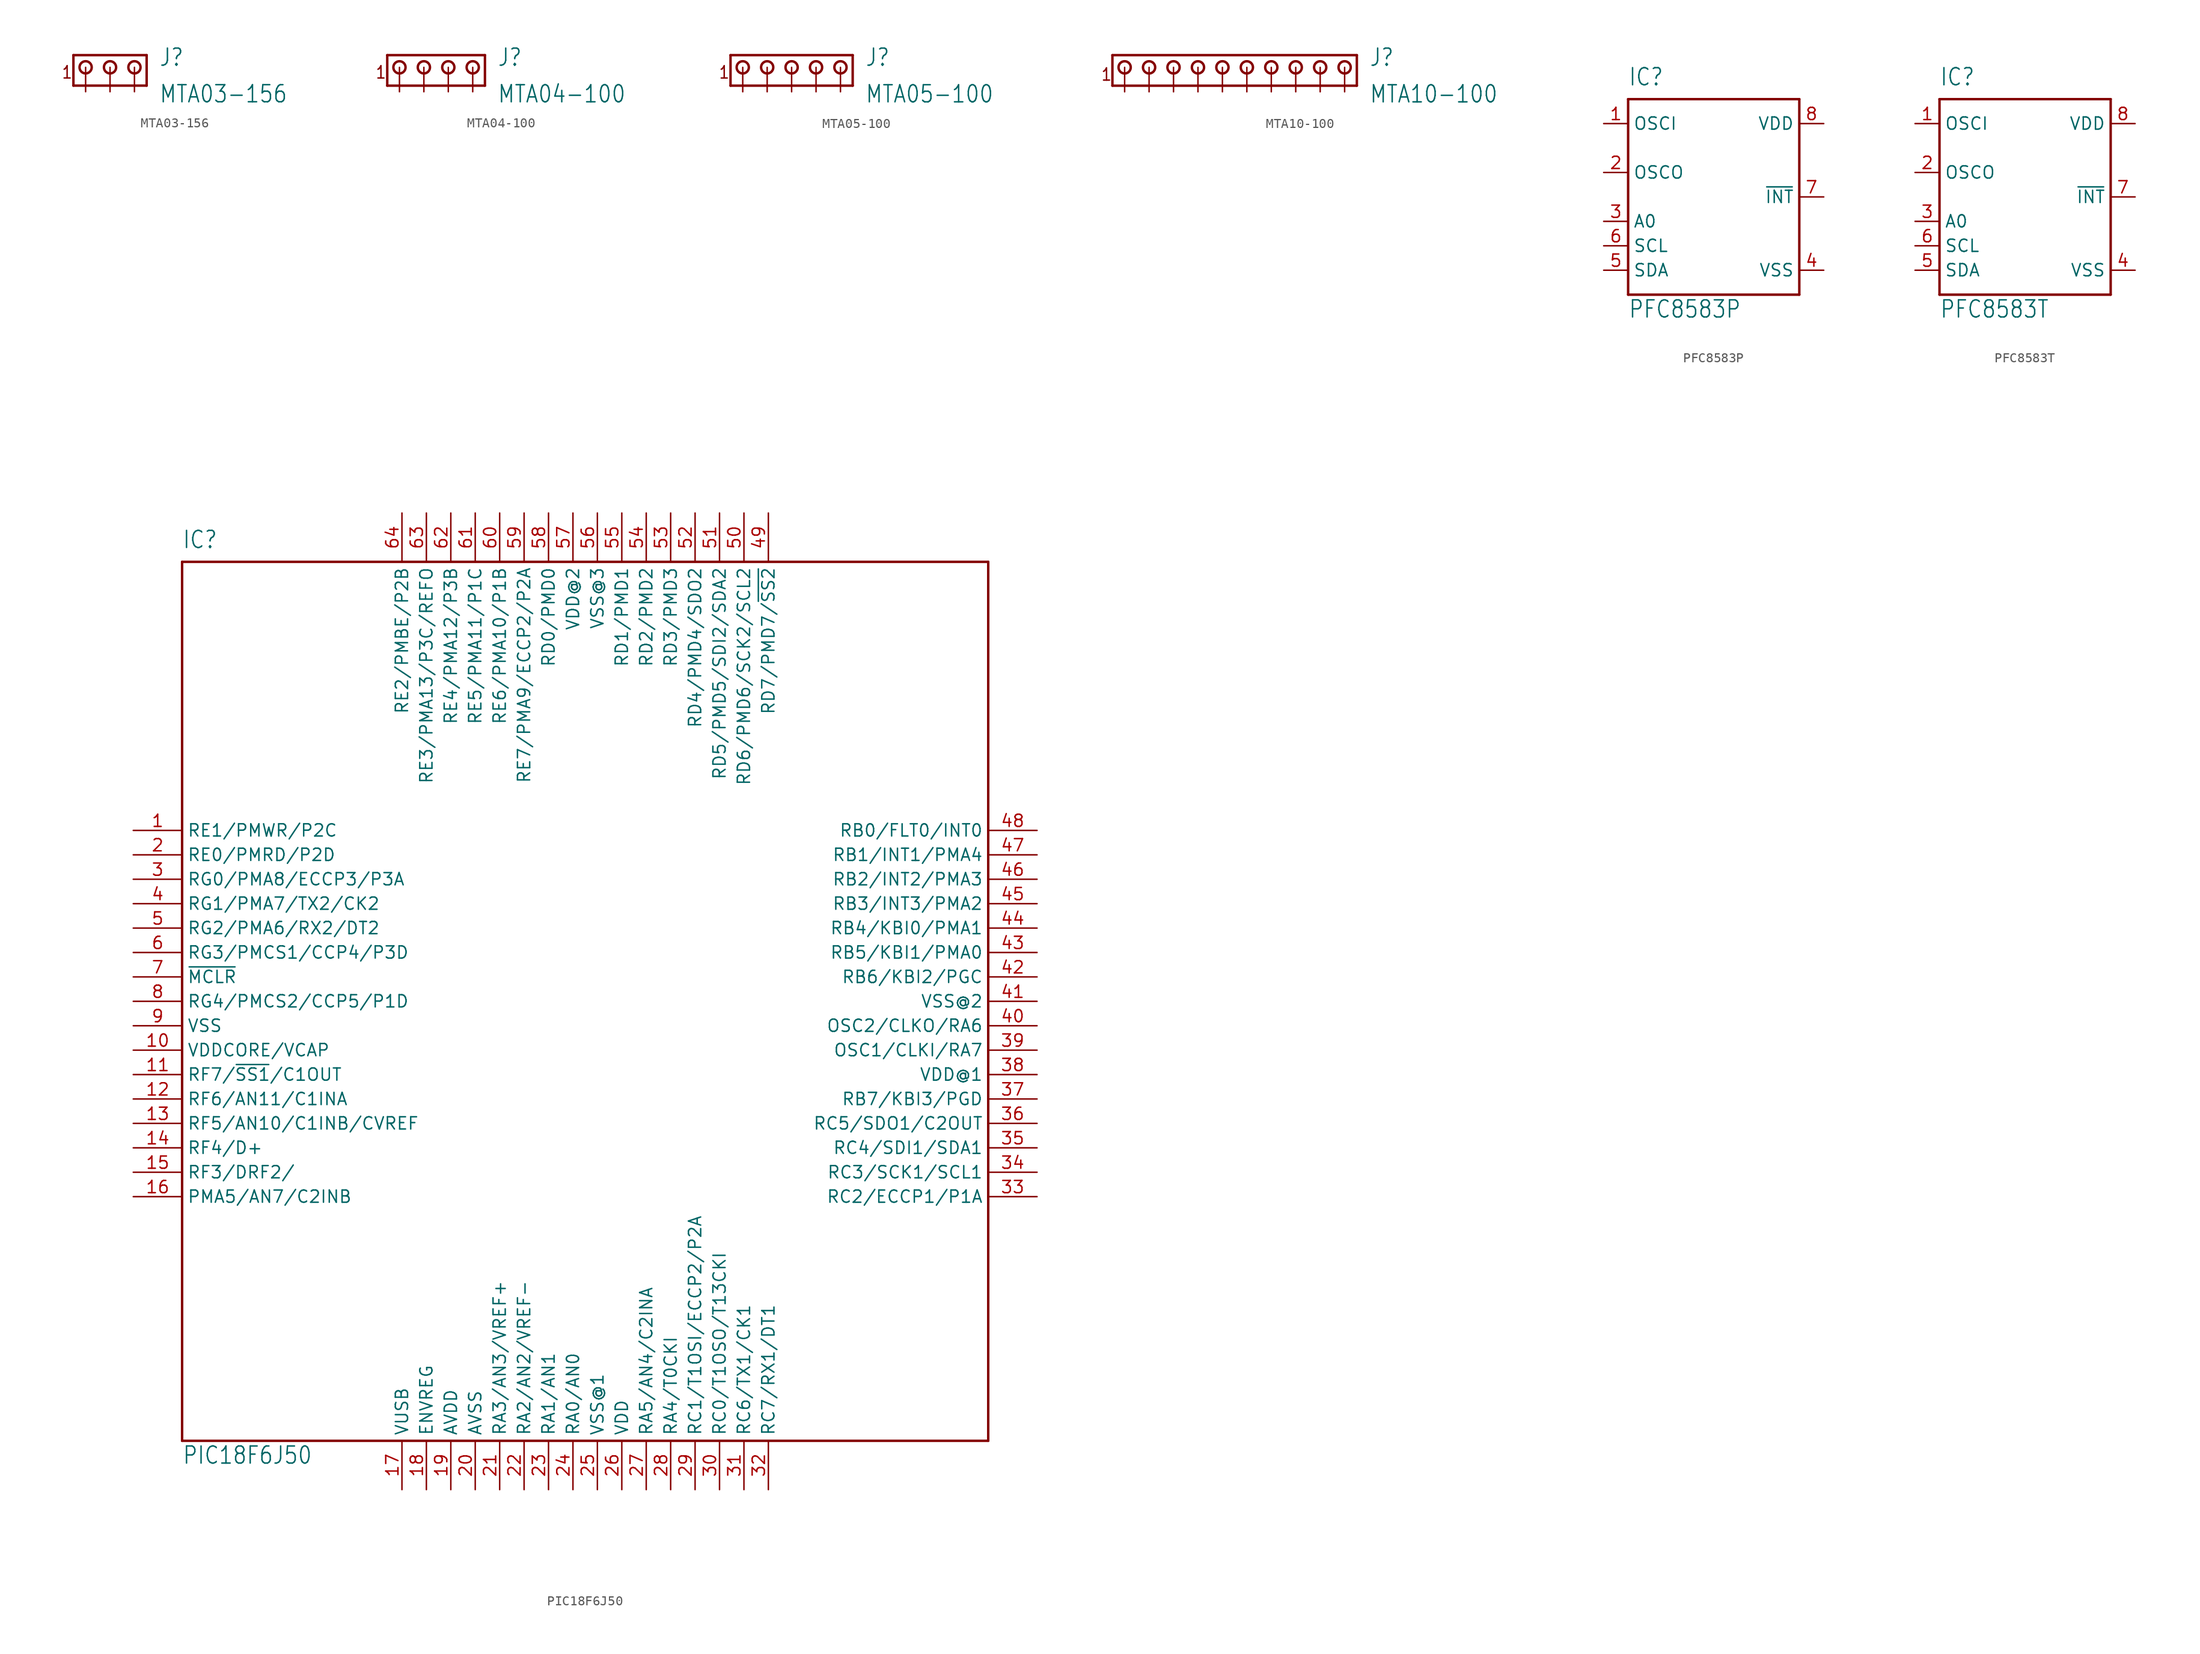
<source format=kicad_sym>
(kicad_symbol_lib
  (version 20211014)
  (generator kicad_symbol_editor)
  (symbol "MTA03-156"
    (property "Reference" "J"
      (at 7.62 0 0)
      (effects (font (size 1.778 1.511)) (justify left bottom)))
    (property "Value" "MTA03-156"
      (at 7.62 -3.81 0)
      (effects (font (size 1.778 1.511)) (justify left bottom)))
    (property "ki_locked" ""
      (at 0 0 0)
      (effects (font (size 1.27 1.27))))
    (symbol "MTA03-156_1_0"
      (polyline (pts (xy -1.27 1.27) (xy -1.27 -1.905)) (stroke (width 0.254) (type default) (color 0 0 0 0)) (fill (type none)))
      (polyline (pts (xy -1.27 1.27) (xy 6.35 1.27)) (stroke (width 0.254) (type default) (color 0 0 0 0)) (fill (type none)))
      (polyline (pts (xy 6.35 -1.905) (xy -1.27 -1.905)) (stroke (width 0.254) (type default) (color 0 0 0 0)) (fill (type none)))
      (polyline (pts (xy 6.35 1.27) (xy 6.35 -1.905)) (stroke (width 0.254) (type default) (color 0 0 0 0)) (fill (type none)))
      (circle (center 0 0) (radius 0.635) (stroke (width 0.254) (type default) (color 0 0 0 0)) (fill (type none)))
      (circle (center 2.54 0) (radius 0.635) (stroke (width 0.254) (type default) (color 0 0 0 0)) (fill (type none)))
      (circle (center 5.08 0) (radius 0.635) (stroke (width 0.254) (type default) (color 0 0 0 0)) (fill (type none)))
      (text "1" (at -2.54 -1.27 0) (effects (font (size 1.27 1.079)) (justify left bottom)))
      (pin passive line (at 0 -2.54 90) (length 2.54) (name "1" (effects (font (size 0 0)))) (number "1" (effects (font (size 0 0)))))
      (pin passive line (at 2.54 -2.54 90) (length 2.54) (name "2" (effects (font (size 0 0)))) (number "2" (effects (font (size 0 0)))))
      (pin passive line (at 5.08 -2.54 90) (length 2.54) (name "3" (effects (font (size 0 0)))) (number "3" (effects (font (size 0 0)))))))
  (symbol "MTA04-100"
    (property "Reference" "J"
      (at 7.62 0 0)
      (effects (font (size 1.778 1.511)) (justify left bottom)))
    (property "Value" "MTA04-100"
      (at 7.62 -3.81 0)
      (effects (font (size 1.778 1.511)) (justify left bottom)))
    (property "ki_locked" ""
      (at 0 0 0)
      (effects (font (size 1.27 1.27))))
    (symbol "MTA04-100_1_0"
      (circle (center -2.54 0) (radius 0.635) (stroke (width 0.254) (type default) (color 0 0 0 0)) (fill (type none)))
      (polyline (pts (xy -3.81 1.27) (xy -3.81 -1.905)) (stroke (width 0.254) (type default) (color 0 0 0 0)) (fill (type none)))
      (polyline (pts (xy -3.81 1.27) (xy 6.35 1.27)) (stroke (width 0.254) (type default) (color 0 0 0 0)) (fill (type none)))
      (polyline (pts (xy 6.35 -1.905) (xy -3.81 -1.905)) (stroke (width 0.254) (type default) (color 0 0 0 0)) (fill (type none)))
      (polyline (pts (xy 6.35 -1.905) (xy 6.35 1.27)) (stroke (width 0.254) (type default) (color 0 0 0 0)) (fill (type none)))
      (circle (center 0 0) (radius 0.635) (stroke (width 0.254) (type default) (color 0 0 0 0)) (fill (type none)))
      (circle (center 2.54 0) (radius 0.635) (stroke (width 0.254) (type default) (color 0 0 0 0)) (fill (type none)))
      (circle (center 5.08 0) (radius 0.635) (stroke (width 0.254) (type default) (color 0 0 0 0)) (fill (type none)))
      (text "1" (at -5.08 -1.27 0) (effects (font (size 1.27 1.079)) (justify left bottom)))
      (pin passive line (at -2.54 -2.54 90) (length 2.54) (name "1" (effects (font (size 0 0)))) (number "1" (effects (font (size 0 0)))))
      (pin passive line (at 0 -2.54 90) (length 2.54) (name "2" (effects (font (size 0 0)))) (number "2" (effects (font (size 0 0)))))
      (pin passive line (at 2.54 -2.54 90) (length 2.54) (name "3" (effects (font (size 0 0)))) (number "3" (effects (font (size 0 0)))))
      (pin passive line (at 5.08 -2.54 90) (length 2.54) (name "4" (effects (font (size 0 0)))) (number "4" (effects (font (size 0 0)))))))
  (symbol "MTA05-100"
    (property "Reference" "J"
      (at 7.62 0 0)
      (effects (font (size 1.778 1.511)) (justify left bottom)))
    (property "Value" "MTA05-100"
      (at 7.62 -3.81 0)
      (effects (font (size 1.778 1.511)) (justify left bottom)))
    (property "ki_locked" ""
      (at 0 0 0)
      (effects (font (size 1.27 1.27))))
    (symbol "MTA05-100_1_0"
      (circle (center -5.08 0) (radius 0.635) (stroke (width 0.254) (type default) (color 0 0 0 0)) (fill (type none)))
      (circle (center -2.54 0) (radius 0.635) (stroke (width 0.254) (type default) (color 0 0 0 0)) (fill (type none)))
      (polyline (pts (xy -6.35 1.27) (xy -6.35 -1.905)) (stroke (width 0.254) (type default) (color 0 0 0 0)) (fill (type none)))
      (polyline (pts (xy -6.35 1.27) (xy 6.35 1.27)) (stroke (width 0.254) (type default) (color 0 0 0 0)) (fill (type none)))
      (polyline (pts (xy 6.35 -1.905) (xy -6.35 -1.905)) (stroke (width 0.254) (type default) (color 0 0 0 0)) (fill (type none)))
      (polyline (pts (xy 6.35 -1.905) (xy 6.35 1.27)) (stroke (width 0.254) (type default) (color 0 0 0 0)) (fill (type none)))
      (circle (center 0 0) (radius 0.635) (stroke (width 0.254) (type default) (color 0 0 0 0)) (fill (type none)))
      (circle (center 2.54 0) (radius 0.635) (stroke (width 0.254) (type default) (color 0 0 0 0)) (fill (type none)))
      (circle (center 5.08 0) (radius 0.635) (stroke (width 0.254) (type default) (color 0 0 0 0)) (fill (type none)))
      (text "1" (at -7.62 -1.27 0) (effects (font (size 1.27 1.079)) (justify left bottom)))
      (pin passive line (at -5.08 -2.54 90) (length 2.54) (name "1" (effects (font (size 0 0)))) (number "1" (effects (font (size 0 0)))))
      (pin passive line (at -2.54 -2.54 90) (length 2.54) (name "2" (effects (font (size 0 0)))) (number "2" (effects (font (size 0 0)))))
      (pin passive line (at 0 -2.54 90) (length 2.54) (name "3" (effects (font (size 0 0)))) (number "3" (effects (font (size 0 0)))))
      (pin passive line (at 2.54 -2.54 90) (length 2.54) (name "4" (effects (font (size 0 0)))) (number "4" (effects (font (size 0 0)))))
      (pin passive line (at 5.08 -2.54 90) (length 2.54) (name "5" (effects (font (size 0 0)))) (number "5" (effects (font (size 0 0)))))))
  (symbol "MTA10-100"
    (property "Reference" "J"
      (at 15.24 0 0)
      (effects (font (size 1.778 1.511)) (justify left bottom)))
    (property "Value" "MTA10-100"
      (at 15.24 -3.81 0)
      (effects (font (size 1.778 1.511)) (justify left bottom)))
    (property "ki_locked" ""
      (at 0 0 0)
      (effects (font (size 1.27 1.27))))
    (symbol "MTA10-100_1_0"
      (circle (center -10.16 0) (radius 0.635) (stroke (width 0.254) (type default) (color 0 0 0 0)) (fill (type none)))
      (circle (center -7.62 0) (radius 0.635) (stroke (width 0.254) (type default) (color 0 0 0 0)) (fill (type none)))
      (circle (center -5.08 0) (radius 0.635) (stroke (width 0.254) (type default) (color 0 0 0 0)) (fill (type none)))
      (circle (center -2.54 0) (radius 0.635) (stroke (width 0.254) (type default) (color 0 0 0 0)) (fill (type none)))
      (polyline (pts (xy -11.43 1.27) (xy -11.43 -1.905)) (stroke (width 0.254) (type default) (color 0 0 0 0)) (fill (type none)))
      (polyline (pts (xy -11.43 1.27) (xy 13.97 1.27)) (stroke (width 0.254) (type default) (color 0 0 0 0)) (fill (type none)))
      (polyline (pts (xy 13.97 -1.905) (xy -11.43 -1.905)) (stroke (width 0.254) (type default) (color 0 0 0 0)) (fill (type none)))
      (polyline (pts (xy 13.97 -1.905) (xy 13.97 1.27)) (stroke (width 0.254) (type default) (color 0 0 0 0)) (fill (type none)))
      (circle (center 0 0) (radius 0.635) (stroke (width 0.254) (type default) (color 0 0 0 0)) (fill (type none)))
      (circle (center 2.54 0) (radius 0.635) (stroke (width 0.254) (type default) (color 0 0 0 0)) (fill (type none)))
      (circle (center 5.08 0) (radius 0.635) (stroke (width 0.254) (type default) (color 0 0 0 0)) (fill (type none)))
      (circle (center 7.62 0) (radius 0.635) (stroke (width 0.254) (type default) (color 0 0 0 0)) (fill (type none)))
      (circle (center 10.16 0) (radius 0.635) (stroke (width 0.254) (type default) (color 0 0 0 0)) (fill (type none)))
      (circle (center 12.7 0) (radius 0.635) (stroke (width 0.254) (type default) (color 0 0 0 0)) (fill (type none)))
      (text "1" (at -11.43 0 0) (effects (font (size 1.27 1.079)) (justify right top)))
      (pin passive line (at -10.16 -2.54 90) (length 2.54) (name "1" (effects (font (size 0 0)))) (number "1" (effects (font (size 0 0)))))
      (pin passive line (at 12.7 -2.54 90) (length 2.54) (name "10" (effects (font (size 0 0)))) (number "10" (effects (font (size 0 0)))))
      (pin passive line (at -7.62 -2.54 90) (length 2.54) (name "2" (effects (font (size 0 0)))) (number "2" (effects (font (size 0 0)))))
      (pin passive line (at -5.08 -2.54 90) (length 2.54) (name "3" (effects (font (size 0 0)))) (number "3" (effects (font (size 0 0)))))
      (pin passive line (at -2.54 -2.54 90) (length 2.54) (name "4" (effects (font (size 0 0)))) (number "4" (effects (font (size 0 0)))))
      (pin passive line (at 0 -2.54 90) (length 2.54) (name "5" (effects (font (size 0 0)))) (number "5" (effects (font (size 0 0)))))
      (pin passive line (at 2.54 -2.54 90) (length 2.54) (name "6" (effects (font (size 0 0)))) (number "6" (effects (font (size 0 0)))))
      (pin passive line (at 5.08 -2.54 90) (length 2.54) (name "7" (effects (font (size 0 0)))) (number "7" (effects (font (size 0 0)))))
      (pin passive line (at 7.62 -2.54 90) (length 2.54) (name "8" (effects (font (size 0 0)))) (number "8" (effects (font (size 0 0)))))
      (pin passive line (at 10.16 -2.54 90) (length 2.54) (name "9" (effects (font (size 0 0)))) (number "9" (effects (font (size 0 0)))))))
  (symbol "PFC8583P"
    (property "Reference" "IC"
      (at -7.62 11.43 0)
      (effects (font (size 1.778 1.511)) (justify left bottom)))
    (property "Value" "PFC8583P"
      (at -7.62 -12.7 0)
      (effects (font (size 1.778 1.511)) (justify left bottom)))
    (property "ki_locked" ""
      (at 0 0 0)
      (effects (font (size 1.27 1.27))))
    (symbol "PFC8583P_1_0"
      (polyline (pts (xy -7.62 -10.16) (xy -7.62 10.16)) (stroke (width 0.254) (type default) (color 0 0 0 0)) (fill (type none)))
      (polyline (pts (xy -7.62 10.16) (xy 10.16 10.16)) (stroke (width 0.254) (type default) (color 0 0 0 0)) (fill (type none)))
      (polyline (pts (xy 10.16 -10.16) (xy -7.62 -10.16)) (stroke (width 0.254) (type default) (color 0 0 0 0)) (fill (type none)))
      (polyline (pts (xy 10.16 10.16) (xy 10.16 -10.16)) (stroke (width 0.254) (type default) (color 0 0 0 0)) (fill (type none)))
      (pin input line (at -10.16 7.62 0) (length 2.54) (name "OSCI" (effects (font (size 1.27 1.27)))) (number "1" (effects (font (size 1.27 1.27)))))
      (pin output line (at -10.16 2.54 0) (length 2.54) (name "OSCO" (effects (font (size 1.27 1.27)))) (number "2" (effects (font (size 1.27 1.27)))))
      (pin input line (at -10.16 -2.54 0) (length 2.54) (name "A0" (effects (font (size 1.27 1.27)))) (number "3" (effects (font (size 1.27 1.27)))))
      (pin power_in line (at 12.7 -7.62 180) (length 2.54) (name "VSS" (effects (font (size 1.27 1.27)))) (number "4" (effects (font (size 1.27 1.27)))))
      (pin bidirectional line (at -10.16 -7.62 0) (length 2.54) (name "SDA" (effects (font (size 1.27 1.27)))) (number "5" (effects (font (size 1.27 1.27)))))
      (pin input line (at -10.16 -5.08 0) (length 2.54) (name "SCL" (effects (font (size 1.27 1.27)))) (number "6" (effects (font (size 1.27 1.27)))))
      (pin output line (at 12.7 0 180) (length 2.54) (name "~{INT}" (effects (font (size 1.27 1.27)))) (number "7" (effects (font (size 1.27 1.27)))))
      (pin power_in line (at 12.7 7.62 180) (length 2.54) (name "VDD" (effects (font (size 1.27 1.27)))) (number "8" (effects (font (size 1.27 1.27)))))))
  (symbol "PFC8583T"
    (property "Reference" "IC"
      (at -7.62 11.43 0)
      (effects (font (size 1.778 1.511)) (justify left bottom)))
    (property "Value" "PFC8583T"
      (at -7.62 -12.7 0)
      (effects (font (size 1.778 1.511)) (justify left bottom)))
    (property "ki_locked" ""
      (at 0 0 0)
      (effects (font (size 1.27 1.27))))
    (symbol "PFC8583T_1_0"
      (polyline (pts (xy -7.62 -10.16) (xy -7.62 10.16)) (stroke (width 0.254) (type default) (color 0 0 0 0)) (fill (type none)))
      (polyline (pts (xy -7.62 10.16) (xy 10.16 10.16)) (stroke (width 0.254) (type default) (color 0 0 0 0)) (fill (type none)))
      (polyline (pts (xy 10.16 -10.16) (xy -7.62 -10.16)) (stroke (width 0.254) (type default) (color 0 0 0 0)) (fill (type none)))
      (polyline (pts (xy 10.16 10.16) (xy 10.16 -10.16)) (stroke (width 0.254) (type default) (color 0 0 0 0)) (fill (type none)))
      (pin input line (at -10.16 7.62 0) (length 2.54) (name "OSCI" (effects (font (size 1.27 1.27)))) (number "1" (effects (font (size 1.27 1.27)))))
      (pin output line (at -10.16 2.54 0) (length 2.54) (name "OSCO" (effects (font (size 1.27 1.27)))) (number "2" (effects (font (size 1.27 1.27)))))
      (pin input line (at -10.16 -2.54 0) (length 2.54) (name "A0" (effects (font (size 1.27 1.27)))) (number "3" (effects (font (size 1.27 1.27)))))
      (pin power_in line (at 12.7 -7.62 180) (length 2.54) (name "VSS" (effects (font (size 1.27 1.27)))) (number "4" (effects (font (size 1.27 1.27)))))
      (pin bidirectional line (at -10.16 -7.62 0) (length 2.54) (name "SDA" (effects (font (size 1.27 1.27)))) (number "5" (effects (font (size 1.27 1.27)))))
      (pin input line (at -10.16 -5.08 0) (length 2.54) (name "SCL" (effects (font (size 1.27 1.27)))) (number "6" (effects (font (size 1.27 1.27)))))
      (pin output line (at 12.7 0 180) (length 2.54) (name "~{INT}" (effects (font (size 1.27 1.27)))) (number "7" (effects (font (size 1.27 1.27)))))
      (pin power_in line (at 12.7 7.62 180) (length 2.54) (name "VDD" (effects (font (size 1.27 1.27)))) (number "8" (effects (font (size 1.27 1.27)))))))
  (symbol "PIC18F6J50"
    (property "Reference" "IC"
      (at -43.18 46.99 0)
      (effects (font (size 1.778 1.511)) (justify left bottom)))
    (property "Value" "PIC18F6J50"
      (at -43.18 -48.26 0)
      (effects (font (size 1.778 1.511)) (justify left bottom)))
    (property "ki_locked" ""
      (at 0 0 0)
      (effects (font (size 1.27 1.27))))
    (symbol "PIC18F6J50_1_0"
      (polyline (pts (xy -43.18 -45.72) (xy 40.64 -45.72)) (stroke (width 0.254) (type default) (color 0 0 0 0)) (fill (type none)))
      (polyline (pts (xy -43.18 45.72) (xy -43.18 -45.72)) (stroke (width 0.254) (type default) (color 0 0 0 0)) (fill (type none)))
      (polyline (pts (xy 40.64 -45.72) (xy 40.64 45.72)) (stroke (width 0.254) (type default) (color 0 0 0 0)) (fill (type none)))
      (polyline (pts (xy 40.64 45.72) (xy -43.18 45.72)) (stroke (width 0.254) (type default) (color 0 0 0 0)) (fill (type none)))
      (pin bidirectional line (at -48.26 17.78 0) (length 5.08) (name "RE1/PMWR/P2C" (effects (font (size 1.27 1.27)))) (number "1" (effects (font (size 1.27 1.27)))))
      (pin bidirectional line (at -48.26 -5.08 0) (length 5.08) (name "VDDCORE/VCAP" (effects (font (size 1.27 1.27)))) (number "10" (effects (font (size 1.27 1.27)))))
      (pin bidirectional line (at -48.26 -7.62 0) (length 5.08) (name "RF7/~{SS1}/C1OUT" (effects (font (size 1.27 1.27)))) (number "11" (effects (font (size 1.27 1.27)))))
      (pin bidirectional line (at -48.26 -10.16 0) (length 5.08) (name "RF6/AN11/C1INA" (effects (font (size 1.27 1.27)))) (number "12" (effects (font (size 1.27 1.27)))))
      (pin bidirectional line (at -48.26 -12.7 0) (length 5.08) (name "RF5/AN10/C1INB/CVREF" (effects (font (size 1.27 1.27)))) (number "13" (effects (font (size 1.27 1.27)))))
      (pin bidirectional line (at -48.26 -15.24 0) (length 5.08) (name "RF4/D+" (effects (font (size 1.27 1.27)))) (number "14" (effects (font (size 1.27 1.27)))))
      (pin bidirectional line (at -48.26 -17.78 0) (length 5.08) (name "RF3/DRF2/" (effects (font (size 1.27 1.27)))) (number "15" (effects (font (size 1.27 1.27)))))
      (pin bidirectional line (at -48.26 -20.32 0) (length 5.08) (name "PMA5/AN7/C2INB" (effects (font (size 1.27 1.27)))) (number "16" (effects (font (size 1.27 1.27)))))
      (pin bidirectional line (at -20.32 -50.8 90) (length 5.08) (name "VUSB" (effects (font (size 1.27 1.27)))) (number "17" (effects (font (size 1.27 1.27)))))
      (pin input line (at -17.78 -50.8 90) (length 5.08) (name "ENVREG" (effects (font (size 1.27 1.27)))) (number "18" (effects (font (size 1.27 1.27)))))
      (pin bidirectional line (at -15.24 -50.8 90) (length 5.08) (name "AVDD" (effects (font (size 1.27 1.27)))) (number "19" (effects (font (size 1.27 1.27)))))
      (pin bidirectional line (at -48.26 15.24 0) (length 5.08) (name "RE0/PMRD/P2D" (effects (font (size 1.27 1.27)))) (number "2" (effects (font (size 1.27 1.27)))))
      (pin bidirectional line (at -12.7 -50.8 90) (length 5.08) (name "AVSS" (effects (font (size 1.27 1.27)))) (number "20" (effects (font (size 1.27 1.27)))))
      (pin bidirectional line (at -10.16 -50.8 90) (length 5.08) (name "RA3/AN3/VREF+" (effects (font (size 1.27 1.27)))) (number "21" (effects (font (size 1.27 1.27)))))
      (pin bidirectional line (at -7.62 -50.8 90) (length 5.08) (name "RA2/AN2/VREF-" (effects (font (size 1.27 1.27)))) (number "22" (effects (font (size 1.27 1.27)))))
      (pin bidirectional line (at -5.08 -50.8 90) (length 5.08) (name "RA1/AN1" (effects (font (size 1.27 1.27)))) (number "23" (effects (font (size 1.27 1.27)))))
      (pin bidirectional line (at -2.54 -50.8 90) (length 5.08) (name "RA0/AN0" (effects (font (size 1.27 1.27)))) (number "24" (effects (font (size 1.27 1.27)))))
      (pin power_in line (at 0 -50.8 90) (length 5.08) (name "VSS@1" (effects (font (size 1.27 1.27)))) (number "25" (effects (font (size 1.27 1.27)))))
      (pin power_in line (at 2.54 -50.8 90) (length 5.08) (name "VDD" (effects (font (size 1.27 1.27)))) (number "26" (effects (font (size 1.27 1.27)))))
      (pin bidirectional line (at 5.08 -50.8 90) (length 5.08) (name "RA5/AN4/C2INA" (effects (font (size 1.27 1.27)))) (number "27" (effects (font (size 1.27 1.27)))))
      (pin bidirectional line (at 7.62 -50.8 90) (length 5.08) (name "RA4/T0CKI" (effects (font (size 1.27 1.27)))) (number "28" (effects (font (size 1.27 1.27)))))
      (pin bidirectional line (at 10.16 -50.8 90) (length 5.08) (name "RC1/T1OSI/ECCP2/P2A" (effects (font (size 1.27 1.27)))) (number "29" (effects (font (size 1.27 1.27)))))
      (pin bidirectional line (at -48.26 12.7 0) (length 5.08) (name "RG0/PMA8/ECCP3/P3A" (effects (font (size 1.27 1.27)))) (number "3" (effects (font (size 1.27 1.27)))))
      (pin bidirectional line (at 12.7 -50.8 90) (length 5.08) (name "RC0/T1OSO/T13CKI" (effects (font (size 1.27 1.27)))) (number "30" (effects (font (size 1.27 1.27)))))
      (pin bidirectional line (at 15.24 -50.8 90) (length 5.08) (name "RC6/TX1/CK1" (effects (font (size 1.27 1.27)))) (number "31" (effects (font (size 1.27 1.27)))))
      (pin bidirectional line (at 17.78 -50.8 90) (length 5.08) (name "RC7/RX1/DT1" (effects (font (size 1.27 1.27)))) (number "32" (effects (font (size 1.27 1.27)))))
      (pin bidirectional line (at 45.72 -20.32 180) (length 5.08) (name "RC2/ECCP1/P1A" (effects (font (size 1.27 1.27)))) (number "33" (effects (font (size 1.27 1.27)))))
      (pin bidirectional line (at 45.72 -17.78 180) (length 5.08) (name "RC3/SCK1/SCL1" (effects (font (size 1.27 1.27)))) (number "34" (effects (font (size 1.27 1.27)))))
      (pin bidirectional line (at 45.72 -15.24 180) (length 5.08) (name "RC4/SDI1/SDA1" (effects (font (size 1.27 1.27)))) (number "35" (effects (font (size 1.27 1.27)))))
      (pin bidirectional line (at 45.72 -12.7 180) (length 5.08) (name "RC5/SDO1/C2OUT" (effects (font (size 1.27 1.27)))) (number "36" (effects (font (size 1.27 1.27)))))
      (pin bidirectional line (at 45.72 -10.16 180) (length 5.08) (name "RB7/KBI3/PGD" (effects (font (size 1.27 1.27)))) (number "37" (effects (font (size 1.27 1.27)))))
      (pin power_in line (at 45.72 -7.62 180) (length 5.08) (name "VDD@1" (effects (font (size 1.27 1.27)))) (number "38" (effects (font (size 1.27 1.27)))))
      (pin bidirectional line (at 45.72 -5.08 180) (length 5.08) (name "OSC1/CLKI/RA7" (effects (font (size 1.27 1.27)))) (number "39" (effects (font (size 1.27 1.27)))))
      (pin bidirectional line (at -48.26 10.16 0) (length 5.08) (name "RG1/PMA7/TX2/CK2" (effects (font (size 1.27 1.27)))) (number "4" (effects (font (size 1.27 1.27)))))
      (pin bidirectional line (at 45.72 -2.54 180) (length 5.08) (name "OSC2/CLKO/RA6" (effects (font (size 1.27 1.27)))) (number "40" (effects (font (size 1.27 1.27)))))
      (pin power_in line (at 45.72 0 180) (length 5.08) (name "VSS@2" (effects (font (size 1.27 1.27)))) (number "41" (effects (font (size 1.27 1.27)))))
      (pin bidirectional line (at 45.72 2.54 180) (length 5.08) (name "RB6/KBI2/PGC" (effects (font (size 1.27 1.27)))) (number "42" (effects (font (size 1.27 1.27)))))
      (pin bidirectional line (at 45.72 5.08 180) (length 5.08) (name "RB5/KBI1/PMA0" (effects (font (size 1.27 1.27)))) (number "43" (effects (font (size 1.27 1.27)))))
      (pin bidirectional line (at 45.72 7.62 180) (length 5.08) (name "RB4/KBI0/PMA1" (effects (font (size 1.27 1.27)))) (number "44" (effects (font (size 1.27 1.27)))))
      (pin bidirectional line (at 45.72 10.16 180) (length 5.08) (name "RB3/INT3/PMA2" (effects (font (size 1.27 1.27)))) (number "45" (effects (font (size 1.27 1.27)))))
      (pin bidirectional line (at 45.72 12.7 180) (length 5.08) (name "RB2/INT2/PMA3" (effects (font (size 1.27 1.27)))) (number "46" (effects (font (size 1.27 1.27)))))
      (pin bidirectional line (at 45.72 15.24 180) (length 5.08) (name "RB1/INT1/PMA4" (effects (font (size 1.27 1.27)))) (number "47" (effects (font (size 1.27 1.27)))))
      (pin bidirectional line (at 45.72 17.78 180) (length 5.08) (name "RB0/FLT0/INT0" (effects (font (size 1.27 1.27)))) (number "48" (effects (font (size 1.27 1.27)))))
      (pin bidirectional line (at 17.78 50.8 270) (length 5.08) (name "RD7/PMD7/~{SS2}" (effects (font (size 1.27 1.27)))) (number "49" (effects (font (size 1.27 1.27)))))
      (pin bidirectional line (at -48.26 7.62 0) (length 5.08) (name "RG2/PMA6/RX2/DT2" (effects (font (size 1.27 1.27)))) (number "5" (effects (font (size 1.27 1.27)))))
      (pin bidirectional line (at 15.24 50.8 270) (length 5.08) (name "RD6/PMD6/SCK2/SCL2" (effects (font (size 1.27 1.27)))) (number "50" (effects (font (size 1.27 1.27)))))
      (pin bidirectional line (at 12.7 50.8 270) (length 5.08) (name "RD5/PMD5/SDI2/SDA2" (effects (font (size 1.27 1.27)))) (number "51" (effects (font (size 1.27 1.27)))))
      (pin bidirectional line (at 10.16 50.8 270) (length 5.08) (name "RD4/PMD4/SDO2" (effects (font (size 1.27 1.27)))) (number "52" (effects (font (size 1.27 1.27)))))
      (pin bidirectional line (at 7.62 50.8 270) (length 5.08) (name "RD3/PMD3" (effects (font (size 1.27 1.27)))) (number "53" (effects (font (size 1.27 1.27)))))
      (pin bidirectional line (at 5.08 50.8 270) (length 5.08) (name "RD2/PMD2" (effects (font (size 1.27 1.27)))) (number "54" (effects (font (size 1.27 1.27)))))
      (pin bidirectional line (at 2.54 50.8 270) (length 5.08) (name "RD1/PMD1" (effects (font (size 1.27 1.27)))) (number "55" (effects (font (size 1.27 1.27)))))
      (pin power_in line (at 0 50.8 270) (length 5.08) (name "VSS@3" (effects (font (size 1.27 1.27)))) (number "56" (effects (font (size 1.27 1.27)))))
      (pin power_in line (at -2.54 50.8 270) (length 5.08) (name "VDD@2" (effects (font (size 1.27 1.27)))) (number "57" (effects (font (size 1.27 1.27)))))
      (pin bidirectional line (at -5.08 50.8 270) (length 5.08) (name "RD0/PMD0" (effects (font (size 1.27 1.27)))) (number "58" (effects (font (size 1.27 1.27)))))
      (pin bidirectional line (at -7.62 50.8 270) (length 5.08) (name "RE7/PMA9/ECCP2/P2A" (effects (font (size 1.27 1.27)))) (number "59" (effects (font (size 1.27 1.27)))))
      (pin bidirectional line (at -48.26 5.08 0) (length 5.08) (name "RG3/PMCS1/CCP4/P3D" (effects (font (size 1.27 1.27)))) (number "6" (effects (font (size 1.27 1.27)))))
      (pin bidirectional line (at -10.16 50.8 270) (length 5.08) (name "RE6/PMA10/P1B" (effects (font (size 1.27 1.27)))) (number "60" (effects (font (size 1.27 1.27)))))
      (pin bidirectional line (at -12.7 50.8 270) (length 5.08) (name "RE5/PMA11/P1C" (effects (font (size 1.27 1.27)))) (number "61" (effects (font (size 1.27 1.27)))))
      (pin bidirectional line (at -15.24 50.8 270) (length 5.08) (name "RE4/PMA12/P3B" (effects (font (size 1.27 1.27)))) (number "62" (effects (font (size 1.27 1.27)))))
      (pin bidirectional line (at -17.78 50.8 270) (length 5.08) (name "RE3/PMA13/P3C/REFO" (effects (font (size 1.27 1.27)))) (number "63" (effects (font (size 1.27 1.27)))))
      (pin bidirectional line (at -20.32 50.8 270) (length 5.08) (name "RE2/PMBE/P2B" (effects (font (size 1.27 1.27)))) (number "64" (effects (font (size 1.27 1.27)))))
      (pin input line (at -48.26 2.54 0) (length 5.08) (name "~{MCLR}" (effects (font (size 1.27 1.27)))) (number "7" (effects (font (size 1.27 1.27)))))
      (pin bidirectional line (at -48.26 0 0) (length 5.08) (name "RG4/PMCS2/CCP5/P1D" (effects (font (size 1.27 1.27)))) (number "8" (effects (font (size 1.27 1.27)))))
      (pin power_in line (at -48.26 -2.54 0) (length 5.08) (name "VSS" (effects (font (size 1.27 1.27)))) (number "9" (effects (font (size 1.27 1.27))))))))
</source>
